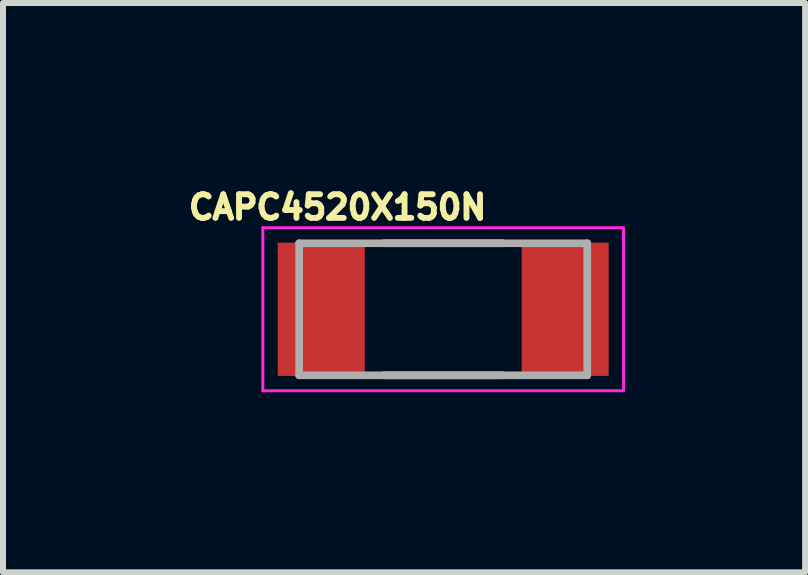
<source format=kicad_pcb>
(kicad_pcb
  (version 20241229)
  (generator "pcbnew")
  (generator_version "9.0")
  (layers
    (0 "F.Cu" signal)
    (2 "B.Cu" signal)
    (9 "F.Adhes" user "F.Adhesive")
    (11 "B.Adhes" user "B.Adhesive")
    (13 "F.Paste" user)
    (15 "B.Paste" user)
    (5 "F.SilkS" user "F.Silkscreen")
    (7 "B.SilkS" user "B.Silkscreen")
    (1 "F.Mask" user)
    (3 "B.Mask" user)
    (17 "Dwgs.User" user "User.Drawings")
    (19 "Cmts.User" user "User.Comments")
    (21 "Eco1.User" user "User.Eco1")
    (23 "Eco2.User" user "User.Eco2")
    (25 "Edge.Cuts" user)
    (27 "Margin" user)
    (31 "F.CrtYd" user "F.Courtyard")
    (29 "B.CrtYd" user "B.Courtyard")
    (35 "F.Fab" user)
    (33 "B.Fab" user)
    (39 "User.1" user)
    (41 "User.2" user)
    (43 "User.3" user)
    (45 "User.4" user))
  (footprint "CAPC4520X150N"
    (layer "F.Cu")
    (at 4.334 2.103)
    (property "Reference" "CAPC4520X150N" (at -1.76 -1.7 0) (layer "F.SilkS") (effects (font (size 0.394 0.394) (thickness 0.098))))
    (attr smd)
    (fp_line (start -0.99 -1.1) (end 0.99 -1.1) (stroke (width 0.127) (type solid)) (layer "F.SilkS"))
    (fp_line (start -0.99 1.1) (end 0.99 1.1) (stroke (width 0.127) (type solid)) (layer "F.SilkS"))
    (fp_line (start -3.005 -1.358) (end 3.005 -1.358) (stroke (width 0.05) (type solid)) (layer "F.CrtYd"))
    (fp_line (start -3.005 1.358) (end -3.005 -1.358) (stroke (width 0.05) (type solid)) (layer "F.CrtYd"))
    (fp_line (start -3.005 1.358) (end 3.005 1.358) (stroke (width 0.05) (type solid)) (layer "F.CrtYd"))
    (fp_line (start 3.005 1.358) (end 3.005 -1.358) (stroke (width 0.05) (type solid)) (layer "F.CrtYd"))
    (fp_line (start -2.4 1.1) (end -2.4 -1.1) (stroke (width 0.127) (type solid)) (layer "F.Fab"))
    (fp_line (start 2.4 -1.1) (end -2.4 -1.1) (stroke (width 0.127) (type solid)) (layer "F.Fab"))
    (fp_line (start 2.4 1.1) (end -2.4 1.1) (stroke (width 0.127) (type solid)) (layer "F.Fab"))
    (fp_line (start 2.4 1.1) (end 2.4 -1.1) (stroke (width 0.127) (type solid)) (layer "F.Fab"))
    (pad "1" smd rect (at -2.032 0) (size 1.45 2.22) (layers "F.Cu" "F.Mask" "F.Paste"))
    (pad "2" smd rect (at 2.032 0) (size 1.45 2.22) (layers "F.Cu" "F.Mask" "F.Paste")))
  (gr_rect
    (start -3 -3)
    (end 10.364 6.486)
    (stroke (width 0.1) (type default))
    (fill no)
    (layer "Edge.Cuts")))
</source>
